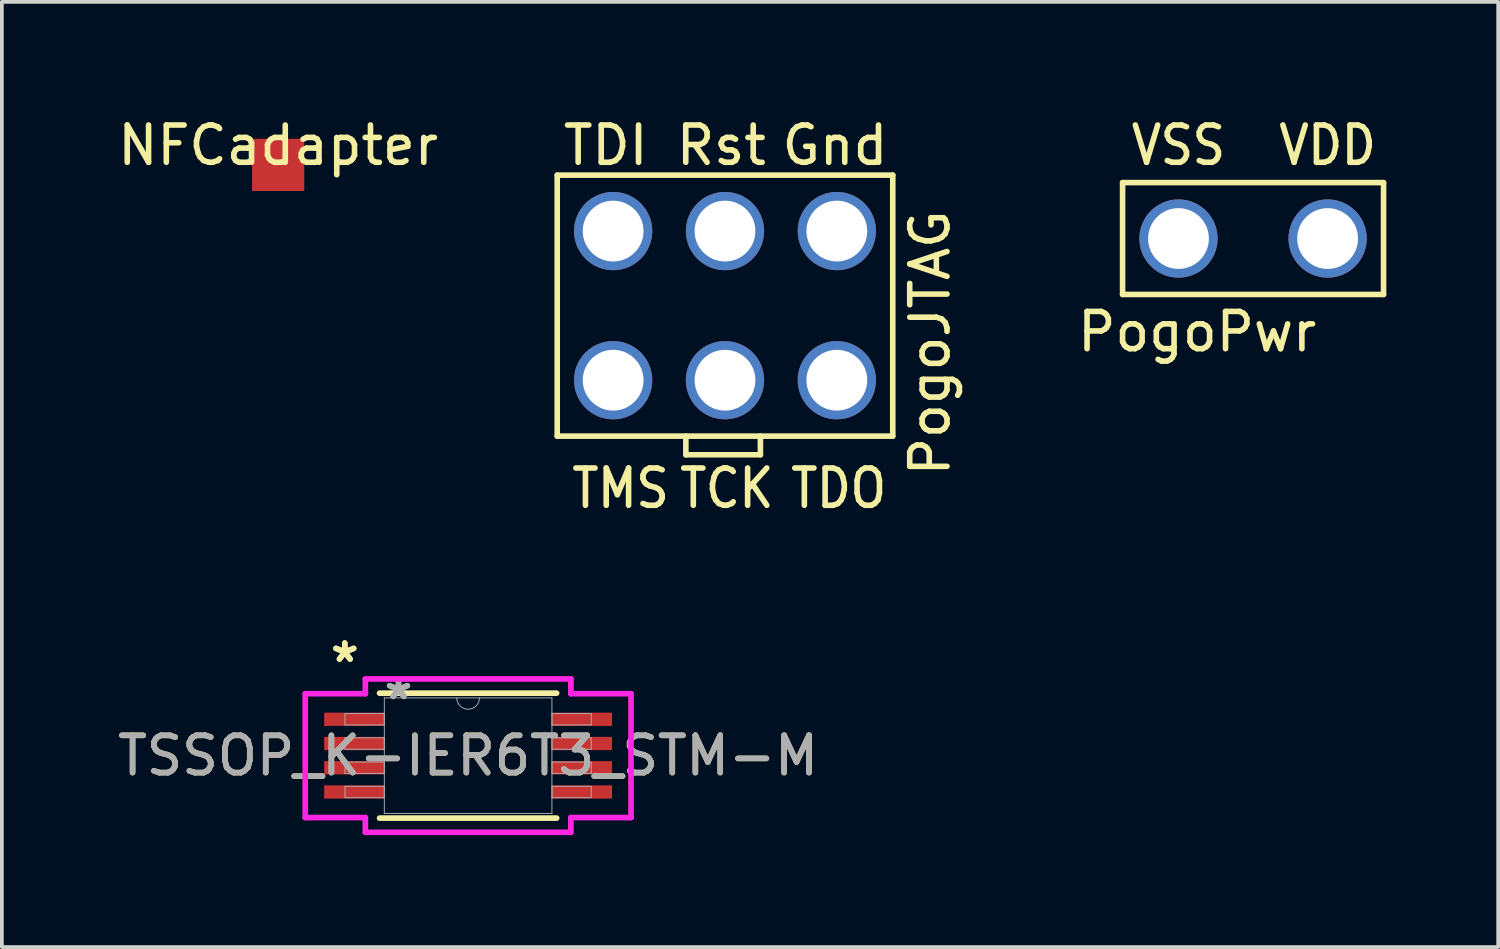
<source format=kicad_pcb>
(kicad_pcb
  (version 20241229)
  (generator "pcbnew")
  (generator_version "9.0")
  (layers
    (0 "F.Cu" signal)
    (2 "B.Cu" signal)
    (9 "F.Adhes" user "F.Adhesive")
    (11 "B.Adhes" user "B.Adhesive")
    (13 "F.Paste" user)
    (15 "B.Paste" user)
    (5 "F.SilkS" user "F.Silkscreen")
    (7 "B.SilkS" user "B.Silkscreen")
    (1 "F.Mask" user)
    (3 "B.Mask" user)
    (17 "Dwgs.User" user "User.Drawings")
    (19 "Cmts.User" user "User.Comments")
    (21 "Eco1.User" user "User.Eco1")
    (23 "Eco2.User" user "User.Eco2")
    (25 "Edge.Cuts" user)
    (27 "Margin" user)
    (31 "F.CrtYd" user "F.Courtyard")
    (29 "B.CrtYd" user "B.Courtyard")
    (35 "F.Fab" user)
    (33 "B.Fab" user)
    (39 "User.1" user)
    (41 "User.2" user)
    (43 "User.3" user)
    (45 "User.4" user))
  (footprint "PogoJTAG"
    (layer "F.Cu")
    (at 16.396 5.148)
    (property "Reference" "PogoJTAG" (at 5.5 1 90) (layer "F.SilkS") (effects (font (size 1 1) (thickness 0.15))))
    (attr through_hole)
    (fp_line (start -4.5 -3.5) (end 4.5 -3.5) (stroke (width 0.15) (type solid)) (layer "F.SilkS"))
    (fp_line (start -4.5 3.5) (end -4.5 -3.5) (stroke (width 0.15) (type solid)) (layer "F.SilkS"))
    (fp_line (start -1.05 4) (end -1.05 3.5) (stroke (width 0.15) (type solid)) (layer "F.SilkS"))
    (fp_line (start 0.95 3.5) (end 0.95 4) (stroke (width 0.15) (type solid)) (layer "F.SilkS"))
    (fp_line (start 0.95 4) (end -1.05 4) (stroke (width 0.15) (type solid)) (layer "F.SilkS"))
    (fp_line (start 4.5 -3.5) (end 4.5 3.5) (stroke (width 0.15) (type solid)) (layer "F.SilkS"))
    (fp_line (start 4.5 3.5) (end -4.5 3.5) (stroke (width 0.15) (type solid)) (layer "F.SilkS"))
    (fp_text user "TDO" (at 3.05 4.9 0) (layer "F.SilkS") (effects (font (size 1 0.9) (thickness 0.15))))
    (fp_text user "TDI" (at -3.2 -4.3 0) (layer "F.SilkS") (effects (font (size 1 1) (thickness 0.15))))
    (fp_text user "TCK" (at 0.05 4.9 0) (layer "F.SilkS") (effects (font (size 1 0.9) (thickness 0.15))))
    (fp_text user "Gnd" (at 2.95 -4.3 0) (layer "F.SilkS") (effects (font (size 1 1) (thickness 0.15))))
    (fp_text user "Rst" (at -0.1 -4.3 0) (layer "F.SilkS") (effects (font (size 1 1) (thickness 0.15))))
    (fp_text user "TMS" (at -2.8 4.9 0) (layer "F.SilkS") (effects (font (size 1 0.9) (thickness 0.15))))
    (pad "1" thru_hole circle (at -3 -2) (size 2.1 2.1) (drill 1.63) (layers "*.Cu" "*.Mask"))
    (pad "2" thru_hole circle (at -3 2) (size 2.1 2.1) (drill 1.63) (layers "*.Cu" "*.Mask"))
    (pad "3" thru_hole circle (at 0 -2) (size 2.1 2.1) (drill 1.63) (layers "*.Cu" "*.Mask"))
    (pad "4" thru_hole circle (at 0 2) (size 2.1 2.1) (drill 1.63) (layers "*.Cu" "*.Mask"))
    (pad "5" thru_hole circle (at 3 -2) (size 2.1 2.1) (drill 1.63) (layers "*.Cu" "*.Mask"))
    (pad "6" thru_hole circle (at 3 2) (size 2.1 2.1) (drill 1.63) (layers "*.Cu" "*.Mask")))
  (footprint "NFCadapter"
    (layer "F.Cu")
    (at 4.411 1.348)
    (property "Reference" "NFCadapter" (at 0 -0.5 0) (unlocked yes) (layer "F.SilkS") (effects (font (size 1 1) (thickness 0.15))))
    (attr smd)
    (pad "1" smd rect (at 0 0.025) (size 1.4 1.4) (layers "F.Cu")))
  (footprint "PogoPwr"
    (layer "F.Cu")
    (at 30.56 3.348)
    (property "Reference" "PogoPwr" (at -1.5 2.5 0) (layer "F.SilkS") (effects (font (size 1 1) (thickness 0.15))))
    (attr through_hole)
    (fp_line (start -3.5 -1.5) (end -3.5 1.5) (stroke (width 0.15) (type solid)) (layer "F.SilkS"))
    (fp_line (start -3.5 1.5) (end 3.5 1.5) (stroke (width 0.15) (type solid)) (layer "F.SilkS"))
    (fp_line (start 3.5 -1.5) (end -3.5 -1.5) (stroke (width 0.15) (type solid)) (layer "F.SilkS"))
    (fp_line (start 3.5 1.5) (end 3.5 -1.5) (stroke (width 0.15) (type solid)) (layer "F.SilkS"))
    (fp_text user "VDD" (at 2 -2.5 0) (layer "F.SilkS") (effects (font (size 1 0.9) (thickness 0.15))))
    (fp_text user "VSS" (at -2 -2.5 0) (layer "F.SilkS") (effects (font (size 1 0.9) (thickness 0.15))))
    (pad "1" thru_hole circle (at -2 0) (size 2.1 2.1) (drill 1.63) (layers "*.Cu" "*.Mask"))
    (pad "2" thru_hole circle (at 2 0) (size 2.1 2.1) (drill 1.63) (layers "*.Cu" "*.Mask")))
  (footprint "TSSOP_K-IER6T3_STM-M"
    (layer "F.Cu")
    (at 9.506 17.218)
    (property "Reference" "TSSOP_K-IER6T3_STM-M" (at 0 0 0) (unlocked yes) (layer "F.SilkS") (effects (font (size 1 1) (thickness 0.15))))
    (attr smd)
    (fp_line (start -2.375 1.676) (end 2.375 1.676) (stroke (width 0.152) (type solid)) (layer "F.SilkS"))
    (fp_line (start 2.375 -1.676) (end -2.375 -1.676) (stroke (width 0.152) (type solid)) (layer "F.SilkS"))
    (fp_line (start -4.369 -1.661) (end -2.756 -1.661) (stroke (width 0.152) (type solid)) (layer "F.CrtYd"))
    (fp_line (start -4.369 1.661) (end -4.369 -1.661) (stroke (width 0.152) (type solid)) (layer "F.CrtYd"))
    (fp_line (start -4.369 1.661) (end -2.756 1.661) (stroke (width 0.152) (type solid)) (layer "F.CrtYd"))
    (fp_line (start -2.756 -2.057) (end 2.756 -2.057) (stroke (width 0.152) (type solid)) (layer "F.CrtYd"))
    (fp_line (start -2.756 -1.661) (end -2.756 -2.057) (stroke (width 0.152) (type solid)) (layer "F.CrtYd"))
    (fp_line (start -2.756 2.057) (end -2.756 1.661) (stroke (width 0.152) (type solid)) (layer "F.CrtYd"))
    (fp_line (start 2.756 -2.057) (end 2.756 -1.661) (stroke (width 0.152) (type solid)) (layer "F.CrtYd"))
    (fp_line (start 2.756 1.661) (end 2.756 2.057) (stroke (width 0.152) (type solid)) (layer "F.CrtYd"))
    (fp_line (start 2.756 2.057) (end -2.756 2.057) (stroke (width 0.152) (type solid)) (layer "F.CrtYd"))
    (fp_line (start 4.369 -1.661) (end 2.756 -1.661) (stroke (width 0.152) (type solid)) (layer "F.CrtYd"))
    (fp_line (start 4.369 -1.661) (end 4.369 1.661) (stroke (width 0.152) (type solid)) (layer "F.CrtYd"))
    (fp_line (start 4.369 1.661) (end 2.756 1.661) (stroke (width 0.152) (type solid)) (layer "F.CrtYd"))
    (fp_line (start -3.302 -1.127) (end -3.302 -0.823) (stroke (width 0.025) (type solid)) (layer "F.Fab"))
    (fp_line (start -3.302 -0.823) (end -2.248 -0.823) (stroke (width 0.025) (type solid)) (layer "F.Fab"))
    (fp_line (start -3.302 -0.477) (end -3.302 -0.173) (stroke (width 0.025) (type solid)) (layer "F.Fab"))
    (fp_line (start -3.302 -0.173) (end -2.248 -0.173) (stroke (width 0.025) (type solid)) (layer "F.Fab"))
    (fp_line (start -3.302 0.173) (end -3.302 0.477) (stroke (width 0.025) (type solid)) (layer "F.Fab"))
    (fp_line (start -3.302 0.477) (end -2.248 0.477) (stroke (width 0.025) (type solid)) (layer "F.Fab"))
    (fp_line (start -3.302 0.823) (end -3.302 1.127) (stroke (width 0.025) (type solid)) (layer "F.Fab"))
    (fp_line (start -3.302 1.127) (end -2.248 1.127) (stroke (width 0.025) (type solid)) (layer "F.Fab"))
    (fp_line (start -2.248 -1.549) (end -2.248 1.549) (stroke (width 0.025) (type solid)) (layer "F.Fab"))
    (fp_line (start -2.248 -1.127) (end -3.302 -1.127) (stroke (width 0.025) (type solid)) (layer "F.Fab"))
    (fp_line (start -2.248 -0.823) (end -2.248 -1.127) (stroke (width 0.025) (type solid)) (layer "F.Fab"))
    (fp_line (start -2.248 -0.477) (end -3.302 -0.477) (stroke (width 0.025) (type solid)) (layer "F.Fab"))
    (fp_line (start -2.248 -0.173) (end -2.248 -0.477) (stroke (width 0.025) (type solid)) (layer "F.Fab"))
    (fp_line (start -2.248 0.173) (end -3.302 0.173) (stroke (width 0.025) (type solid)) (layer "F.Fab"))
    (fp_line (start -2.248 0.477) (end -2.248 0.173) (stroke (width 0.025) (type solid)) (layer "F.Fab"))
    (fp_line (start -2.248 0.823) (end -3.302 0.823) (stroke (width 0.025) (type solid)) (layer "F.Fab"))
    (fp_line (start -2.248 1.127) (end -2.248 0.823) (stroke (width 0.025) (type solid)) (layer "F.Fab"))
    (fp_line (start -2.248 1.549) (end 2.248 1.549) (stroke (width 0.025) (type solid)) (layer "F.Fab"))
    (fp_line (start 2.248 -1.549) (end -2.248 -1.549) (stroke (width 0.025) (type solid)) (layer "F.Fab"))
    (fp_line (start 2.248 -1.127) (end 2.248 -0.823) (stroke (width 0.025) (type solid)) (layer "F.Fab"))
    (fp_line (start 2.248 -0.823) (end 3.302 -0.823) (stroke (width 0.025) (type solid)) (layer "F.Fab"))
    (fp_line (start 2.248 -0.477) (end 2.248 -0.173) (stroke (width 0.025) (type solid)) (layer "F.Fab"))
    (fp_line (start 2.248 -0.173) (end 3.302 -0.173) (stroke (width 0.025) (type solid)) (layer "F.Fab"))
    (fp_line (start 2.248 0.173) (end 2.248 0.477) (stroke (width 0.025) (type solid)) (layer "F.Fab"))
    (fp_line (start 2.248 0.477) (end 3.302 0.477) (stroke (width 0.025) (type solid)) (layer "F.Fab"))
    (fp_line (start 2.248 0.823) (end 2.248 1.127) (stroke (width 0.025) (type solid)) (layer "F.Fab"))
    (fp_line (start 2.248 1.127) (end 3.302 1.127) (stroke (width 0.025) (type solid)) (layer "F.Fab"))
    (fp_line (start 2.248 1.549) (end 2.248 -1.549) (stroke (width 0.025) (type solid)) (layer "F.Fab"))
    (fp_line (start 3.302 -1.127) (end 2.248 -1.127) (stroke (width 0.025) (type solid)) (layer "F.Fab"))
    (fp_line (start 3.302 -0.823) (end 3.302 -1.127) (stroke (width 0.025) (type solid)) (layer "F.Fab"))
    (fp_line (start 3.302 -0.477) (end 2.248 -0.477) (stroke (width 0.025) (type solid)) (layer "F.Fab"))
    (fp_line (start 3.302 -0.173) (end 3.302 -0.477) (stroke (width 0.025) (type solid)) (layer "F.Fab"))
    (fp_line (start 3.302 0.173) (end 2.248 0.173) (stroke (width 0.025) (type solid)) (layer "F.Fab"))
    (fp_line (start 3.302 0.477) (end 3.302 0.173) (stroke (width 0.025) (type solid)) (layer "F.Fab"))
    (fp_line (start 3.302 0.823) (end 2.248 0.823) (stroke (width 0.025) (type solid)) (layer "F.Fab"))
    (fp_line (start 3.302 1.127) (end 3.302 0.823) (stroke (width 0.025) (type solid)) (layer "F.Fab"))
    (fp_arc (start 0.3048 -1.5494) (mid 0 -1.2446) (end -0.3048 -1.5494) (stroke (width 0.0254) (type solid)) (layer "F.Fab"))
    (fp_text user "*" (at -3.308 -2.474 0) (unlocked yes) (layer "F.SilkS") (effects (font (size 1 1) (thickness 0.15))))
    (fp_text user "*" (at -3.308 -2.474 0) (layer "F.SilkS") (effects (font (size 1 1) (thickness 0.15))))
    (fp_text user "*" (at -1.867 -1.473 0) (layer "F.Fab") (effects (font (size 1 1) (thickness 0.15))))
    (fp_text user "${REFERENCE}" (at 0 0 0) (unlocked yes) (layer "F.Fab") (effects (font (size 1 1) (thickness 0.15))))
    (fp_text user "*" (at -1.867 -1.473 0) (unlocked yes) (layer "F.Fab") (effects (font (size 1 1) (thickness 0.15))))
    (pad "1" smd rect (at -3.054 -0.975) (size 1.613 0.356) (layers "F.Cu" "F.Mask" "F.Paste"))
    (pad "2" smd rect (at -3.054 -0.325) (size 1.613 0.356) (layers "F.Cu" "F.Mask" "F.Paste"))
    (pad "3" smd rect (at -3.054 0.325) (size 1.613 0.356) (layers "F.Cu" "F.Mask" "F.Paste"))
    (pad "4" smd rect (at -3.054 0.975) (size 1.613 0.356) (layers "F.Cu" "F.Mask" "F.Paste"))
    (pad "5" smd rect (at 3.054 0.975) (size 1.613 0.356) (layers "F.Cu" "F.Mask" "F.Paste"))
    (pad "6" smd rect (at 3.054 0.325) (size 1.613 0.356) (layers "F.Cu" "F.Mask" "F.Paste"))
    (pad "7" smd rect (at 3.054 -0.325) (size 1.613 0.356) (layers "F.Cu" "F.Mask" "F.Paste"))
    (pad "8" smd rect (at 3.054 -0.975) (size 1.613 0.356) (layers "F.Cu" "F.Mask" "F.Paste")))
  (gr_rect
    (start -3 -3)
    (end 37.135 22.352)
    (stroke (width 0.1) (type default))
    (fill no)
    (layer "Edge.Cuts")))
</source>
